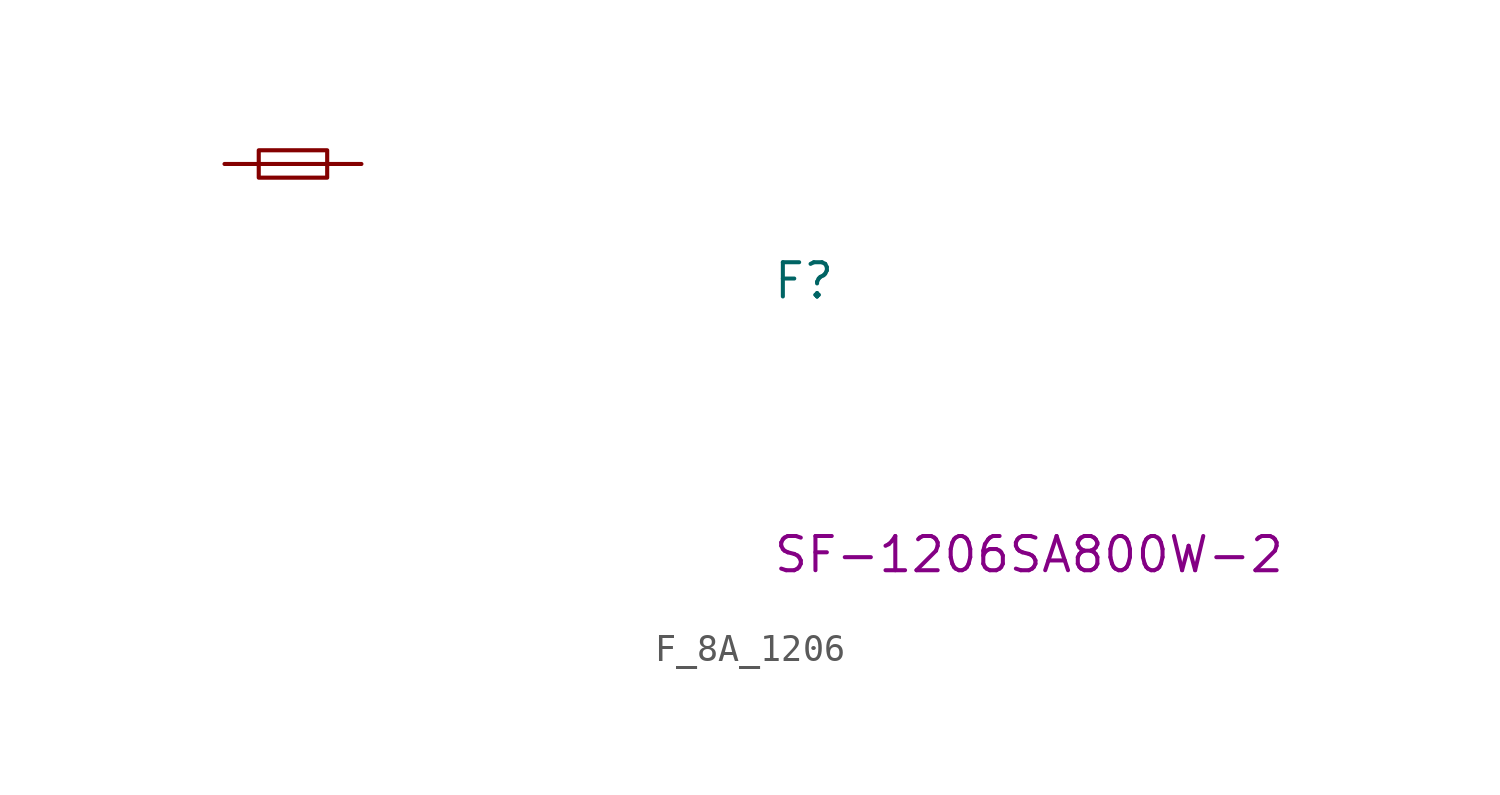
<source format=kicad_sym>
(kicad_symbol_lib
  (version 20220914)
  (generator kicad_symbol_editor)
  (symbol "F_8A_1206"
    (pin_numbers hide)
    (pin_names
      (offset 1.016) hide)
    (property "Reference" "F"
      (at 20.32 -5.08 0)
      (effects (font (size 1.27 1.27) (thickness 0.15)) (justify left bottom)))
    (property "MPN" "SF-1206SA800W-2"
      (at 20.32 -15.24 0)
      (effects (font (size 1.27 1.27) (thickness 0.15)) (justify left bottom)))
    (symbol "F_8A_1206_0_1"
      (polyline (pts (xy 1.27 0) (xy 3.81 0)) (stroke (width 0) (type default)) (fill (type none)))
      (rectangle (start 1.27 0.508) (end 3.81 -0.508) (stroke (width 0) (type default)) (fill (type none))))
    (symbol "F_8A_1206_1_1"
      (pin passive line (at 0 0 0) (length 1.27) (name "~" (effects (font (size 1.27 1.27)))) (number "1" (effects (font (size 1.27 1.27)))))
      (pin passive line (at 5.08 0 180) (length 1.27) (name "~" (effects (font (size 1.27 1.27)))) (number "2" (effects (font (size 1.27 1.27))))))))
</source>
